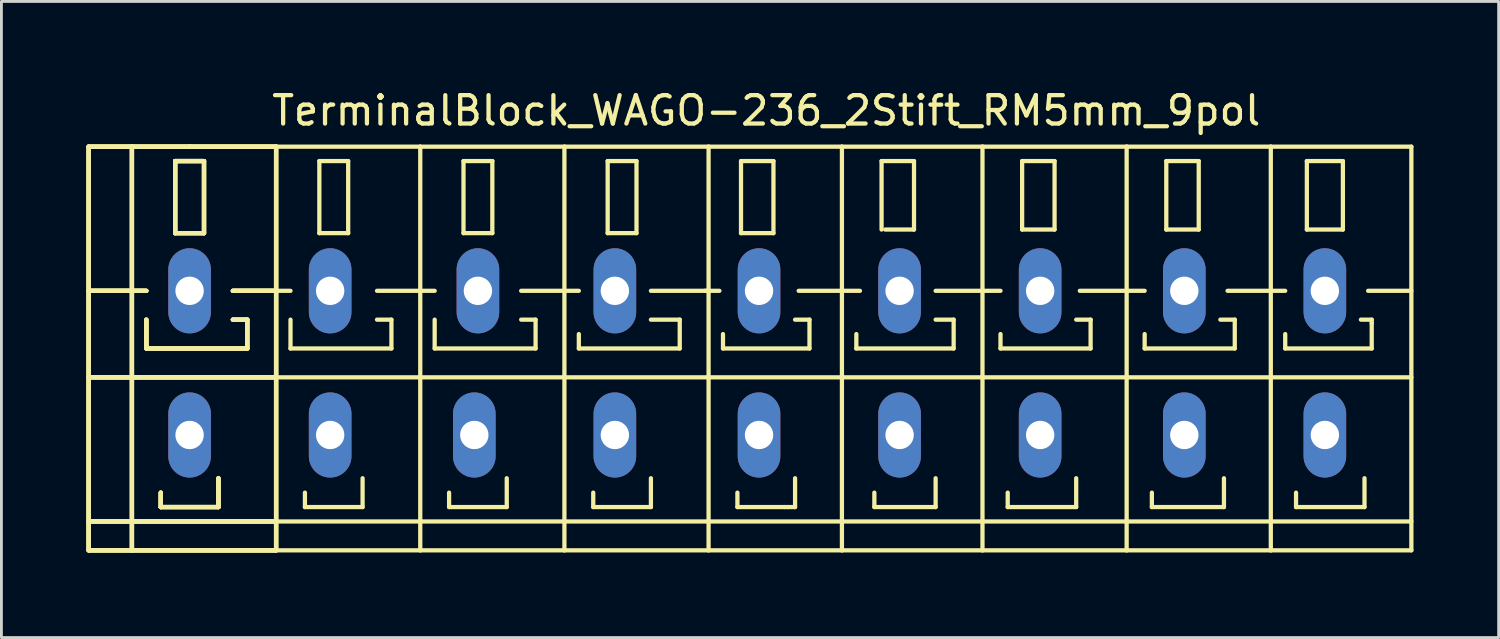
<source format=kicad_pcb>
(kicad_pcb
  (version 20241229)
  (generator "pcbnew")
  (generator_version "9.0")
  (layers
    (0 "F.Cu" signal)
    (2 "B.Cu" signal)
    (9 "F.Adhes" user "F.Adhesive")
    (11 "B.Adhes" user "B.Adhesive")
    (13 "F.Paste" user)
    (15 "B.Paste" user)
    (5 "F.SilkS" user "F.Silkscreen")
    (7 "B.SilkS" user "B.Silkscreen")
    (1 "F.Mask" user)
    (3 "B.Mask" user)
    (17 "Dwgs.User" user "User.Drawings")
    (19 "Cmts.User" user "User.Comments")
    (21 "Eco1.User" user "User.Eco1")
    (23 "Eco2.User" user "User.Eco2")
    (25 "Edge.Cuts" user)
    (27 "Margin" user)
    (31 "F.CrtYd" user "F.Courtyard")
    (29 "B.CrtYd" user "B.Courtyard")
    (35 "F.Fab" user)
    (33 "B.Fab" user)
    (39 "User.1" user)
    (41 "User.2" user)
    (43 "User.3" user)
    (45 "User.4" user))
  (footprint "TerminalBlock_WAGO-236_2Stift_RM5mm_9pol"
    (layer "F.Cu")
    (at 23.951 9.738)
    (property "Reference" "TerminalBlock_WAGO-236_2Stift_RM5mm_9pol" (at 0 -8.89 0) (layer "F.SilkS") (effects (font (size 1 1) (thickness 0.15))))
    (attr through_hole)
    (fp_line (start -23.876 -7.62) (end -22.352 -7.62) (stroke (width 0.15) (type solid)) (layer "F.SilkS"))
    (fp_line (start -23.876 -7.62) (end -22.352 -7.62) (stroke (width 0.15) (type solid)) (layer "F.SilkS"))
    (fp_line (start -23.876 -7.62) (end -22.352 -7.62) (stroke (width 0.15) (type solid)) (layer "F.SilkS"))
    (fp_line (start -23.876 -7.62) (end -22.352 -7.62) (stroke (width 0.15) (type solid)) (layer "F.SilkS"))
    (fp_line (start -23.876 -2.54) (end -21.844 -2.54) (stroke (width 0.15) (type solid)) (layer "F.SilkS"))
    (fp_line (start -23.876 -2.54) (end -21.844 -2.54) (stroke (width 0.15) (type solid)) (layer "F.SilkS"))
    (fp_line (start -23.876 -2.54) (end -21.844 -2.54) (stroke (width 0.15) (type solid)) (layer "F.SilkS"))
    (fp_line (start -23.876 -2.54) (end -21.844 -2.54) (stroke (width 0.15) (type solid)) (layer "F.SilkS"))
    (fp_line (start -23.876 0.508) (end -17.272 0.508) (stroke (width 0.15) (type solid)) (layer "F.SilkS"))
    (fp_line (start -23.876 0.508) (end -17.272 0.508) (stroke (width 0.15) (type solid)) (layer "F.SilkS"))
    (fp_line (start -23.876 0.508) (end -17.272 0.508) (stroke (width 0.15) (type solid)) (layer "F.SilkS"))
    (fp_line (start -23.876 0.508) (end -17.272 0.508) (stroke (width 0.15) (type solid)) (layer "F.SilkS"))
    (fp_line (start -23.876 5.588) (end -17.272 5.588) (stroke (width 0.15) (type solid)) (layer "F.SilkS"))
    (fp_line (start -23.876 5.588) (end -17.272 5.588) (stroke (width 0.15) (type solid)) (layer "F.SilkS"))
    (fp_line (start -23.876 5.588) (end -17.272 5.588) (stroke (width 0.15) (type solid)) (layer "F.SilkS"))
    (fp_line (start -23.876 5.588) (end -17.272 5.588) (stroke (width 0.15) (type solid)) (layer "F.SilkS"))
    (fp_line (start -23.876 6.604) (end -23.876 -7.62) (stroke (width 0.15) (type solid)) (layer "F.SilkS"))
    (fp_line (start -23.876 6.604) (end -23.876 -7.62) (stroke (width 0.15) (type solid)) (layer "F.SilkS"))
    (fp_line (start -23.876 6.604) (end -23.876 -7.62) (stroke (width 0.15) (type solid)) (layer "F.SilkS"))
    (fp_line (start -23.876 6.604) (end -23.876 -7.62) (stroke (width 0.15) (type solid)) (layer "F.SilkS"))
    (fp_line (start -22.352 -7.62) (end -20.32 -7.62) (stroke (width 0.15) (type solid)) (layer "F.SilkS"))
    (fp_line (start -22.352 -7.62) (end -20.32 -7.62) (stroke (width 0.15) (type solid)) (layer "F.SilkS"))
    (fp_line (start -22.352 -7.62) (end -20.32 -7.62) (stroke (width 0.15) (type solid)) (layer "F.SilkS"))
    (fp_line (start -22.352 -7.62) (end -20.32 -7.62) (stroke (width 0.15) (type solid)) (layer "F.SilkS"))
    (fp_line (start -22.352 6.604) (end -23.876 6.604) (stroke (width 0.15) (type solid)) (layer "F.SilkS"))
    (fp_line (start -22.352 6.604) (end -23.876 6.604) (stroke (width 0.15) (type solid)) (layer "F.SilkS"))
    (fp_line (start -22.352 6.604) (end -23.876 6.604) (stroke (width 0.15) (type solid)) (layer "F.SilkS"))
    (fp_line (start -22.352 6.604) (end -23.876 6.604) (stroke (width 0.15) (type solid)) (layer "F.SilkS"))
    (fp_line (start -22.352 6.604) (end -22.352 -7.62) (stroke (width 0.15) (type solid)) (layer "F.SilkS"))
    (fp_line (start -22.352 6.604) (end -22.352 -7.62) (stroke (width 0.15) (type solid)) (layer "F.SilkS"))
    (fp_line (start -22.352 6.604) (end -22.352 -7.62) (stroke (width 0.15) (type solid)) (layer "F.SilkS"))
    (fp_line (start -22.352 6.604) (end -22.352 -7.62) (stroke (width 0.15) (type solid)) (layer "F.SilkS"))
    (fp_line (start -21.844 -1.524) (end -21.844 -0.508) (stroke (width 0.15) (type solid)) (layer "F.SilkS"))
    (fp_line (start -21.844 -1.524) (end -21.844 -0.508) (stroke (width 0.15) (type solid)) (layer "F.SilkS"))
    (fp_line (start -21.844 -1.524) (end -21.844 -0.508) (stroke (width 0.15) (type solid)) (layer "F.SilkS"))
    (fp_line (start -21.844 -1.524) (end -21.844 -0.508) (stroke (width 0.15) (type solid)) (layer "F.SilkS"))
    (fp_line (start -21.844 -0.508) (end -18.288 -0.508) (stroke (width 0.15) (type solid)) (layer "F.SilkS"))
    (fp_line (start -21.844 -0.508) (end -18.288 -0.508) (stroke (width 0.15) (type solid)) (layer "F.SilkS"))
    (fp_line (start -21.844 -0.508) (end -18.288 -0.508) (stroke (width 0.15) (type solid)) (layer "F.SilkS"))
    (fp_line (start -21.844 -0.508) (end -18.288 -0.508) (stroke (width 0.15) (type solid)) (layer "F.SilkS"))
    (fp_line (start -21.336 4.572) (end -21.336 5.08) (stroke (width 0.15) (type solid)) (layer "F.SilkS"))
    (fp_line (start -21.336 4.572) (end -21.336 5.08) (stroke (width 0.15) (type solid)) (layer "F.SilkS"))
    (fp_line (start -21.336 4.572) (end -21.336 5.08) (stroke (width 0.15) (type solid)) (layer "F.SilkS"))
    (fp_line (start -21.336 4.572) (end -21.336 5.08) (stroke (width 0.15) (type solid)) (layer "F.SilkS"))
    (fp_line (start -21.336 5.08) (end -19.304 5.08) (stroke (width 0.15) (type solid)) (layer "F.SilkS"))
    (fp_line (start -21.336 5.08) (end -19.304 5.08) (stroke (width 0.15) (type solid)) (layer "F.SilkS"))
    (fp_line (start -21.336 5.08) (end -19.304 5.08) (stroke (width 0.15) (type solid)) (layer "F.SilkS"))
    (fp_line (start -21.336 5.08) (end -19.304 5.08) (stroke (width 0.15) (type solid)) (layer "F.SilkS"))
    (fp_line (start -20.828 -7.112) (end -19.812 -7.112) (stroke (width 0.15) (type solid)) (layer "F.SilkS"))
    (fp_line (start -20.828 -7.112) (end -19.812 -7.112) (stroke (width 0.15) (type solid)) (layer "F.SilkS"))
    (fp_line (start -20.828 -7.112) (end -19.812 -7.112) (stroke (width 0.15) (type solid)) (layer "F.SilkS"))
    (fp_line (start -20.828 -7.112) (end -19.812 -7.112) (stroke (width 0.15) (type solid)) (layer "F.SilkS"))
    (fp_line (start -20.828 -4.572) (end -20.828 -7.112) (stroke (width 0.15) (type solid)) (layer "F.SilkS"))
    (fp_line (start -20.828 -4.572) (end -20.828 -7.112) (stroke (width 0.15) (type solid)) (layer "F.SilkS"))
    (fp_line (start -20.828 -4.572) (end -20.828 -7.112) (stroke (width 0.15) (type solid)) (layer "F.SilkS"))
    (fp_line (start -20.828 -4.572) (end -20.828 -7.112) (stroke (width 0.15) (type solid)) (layer "F.SilkS"))
    (fp_line (start -20.32 -7.62) (end -17.272 -7.62) (stroke (width 0.15) (type solid)) (layer "F.SilkS"))
    (fp_line (start -20.32 -7.62) (end -17.272 -7.62) (stroke (width 0.15) (type solid)) (layer "F.SilkS"))
    (fp_line (start -20.32 -7.62) (end -17.272 -7.62) (stroke (width 0.15) (type solid)) (layer "F.SilkS"))
    (fp_line (start -20.32 -7.62) (end -17.272 -7.62) (stroke (width 0.15) (type solid)) (layer "F.SilkS"))
    (fp_line (start -19.812 -7.112) (end -19.812 -4.572) (stroke (width 0.15) (type solid)) (layer "F.SilkS"))
    (fp_line (start -19.812 -7.112) (end -19.812 -4.572) (stroke (width 0.15) (type solid)) (layer "F.SilkS"))
    (fp_line (start -19.812 -7.112) (end -19.812 -4.572) (stroke (width 0.15) (type solid)) (layer "F.SilkS"))
    (fp_line (start -19.812 -7.112) (end -19.812 -4.572) (stroke (width 0.15) (type solid)) (layer "F.SilkS"))
    (fp_line (start -19.812 -4.572) (end -20.828 -4.572) (stroke (width 0.15) (type solid)) (layer "F.SilkS"))
    (fp_line (start -19.812 -4.572) (end -20.828 -4.572) (stroke (width 0.15) (type solid)) (layer "F.SilkS"))
    (fp_line (start -19.812 -4.572) (end -20.828 -4.572) (stroke (width 0.15) (type solid)) (layer "F.SilkS"))
    (fp_line (start -19.812 -4.572) (end -20.828 -4.572) (stroke (width 0.15) (type solid)) (layer "F.SilkS"))
    (fp_line (start -19.304 5.08) (end -19.304 4.064) (stroke (width 0.15) (type solid)) (layer "F.SilkS"))
    (fp_line (start -19.304 5.08) (end -19.304 4.064) (stroke (width 0.15) (type solid)) (layer "F.SilkS"))
    (fp_line (start -19.304 5.08) (end -19.304 4.064) (stroke (width 0.15) (type solid)) (layer "F.SilkS"))
    (fp_line (start -19.304 5.08) (end -19.304 4.064) (stroke (width 0.15) (type solid)) (layer "F.SilkS"))
    (fp_line (start -18.796 -2.54) (end -17.272 -2.54) (stroke (width 0.15) (type solid)) (layer "F.SilkS"))
    (fp_line (start -18.796 -2.54) (end -17.272 -2.54) (stroke (width 0.15) (type solid)) (layer "F.SilkS"))
    (fp_line (start -18.796 -2.54) (end -17.272 -2.54) (stroke (width 0.15) (type solid)) (layer "F.SilkS"))
    (fp_line (start -18.796 -2.54) (end -17.272 -2.54) (stroke (width 0.15) (type solid)) (layer "F.SilkS"))
    (fp_line (start -18.288 -1.524) (end -18.796 -1.524) (stroke (width 0.15) (type solid)) (layer "F.SilkS"))
    (fp_line (start -18.288 -1.524) (end -18.796 -1.524) (stroke (width 0.15) (type solid)) (layer "F.SilkS"))
    (fp_line (start -18.288 -1.524) (end -18.796 -1.524) (stroke (width 0.15) (type solid)) (layer "F.SilkS"))
    (fp_line (start -18.288 -1.524) (end -18.796 -1.524) (stroke (width 0.15) (type solid)) (layer "F.SilkS"))
    (fp_line (start -18.288 -0.508) (end -18.288 -1.524) (stroke (width 0.15) (type solid)) (layer "F.SilkS"))
    (fp_line (start -18.288 -0.508) (end -18.288 -1.524) (stroke (width 0.15) (type solid)) (layer "F.SilkS"))
    (fp_line (start -18.288 -0.508) (end -18.288 -1.524) (stroke (width 0.15) (type solid)) (layer "F.SilkS"))
    (fp_line (start -18.288 -0.508) (end -18.288 -1.524) (stroke (width 0.15) (type solid)) (layer "F.SilkS"))
    (fp_line (start -17.272 -7.62) (end -17.272 6.604) (stroke (width 0.15) (type solid)) (layer "F.SilkS"))
    (fp_line (start -17.272 -7.62) (end -17.272 6.604) (stroke (width 0.15) (type solid)) (layer "F.SilkS"))
    (fp_line (start -17.272 -7.62) (end -17.272 6.604) (stroke (width 0.15) (type solid)) (layer "F.SilkS"))
    (fp_line (start -17.272 -7.62) (end -17.272 6.604) (stroke (width 0.15) (type solid)) (layer "F.SilkS"))
    (fp_line (start -17.272 -2.54) (end -16.764 -2.54) (stroke (width 0.15) (type solid)) (layer "F.SilkS"))
    (fp_line (start -17.272 0.508) (end -12.192 0.508) (stroke (width 0.15) (type solid)) (layer "F.SilkS"))
    (fp_line (start -17.272 5.588) (end -12.192 5.588) (stroke (width 0.15) (type solid)) (layer "F.SilkS"))
    (fp_line (start -17.272 6.604) (end -22.352 6.604) (stroke (width 0.15) (type solid)) (layer "F.SilkS"))
    (fp_line (start -17.272 6.604) (end -22.352 6.604) (stroke (width 0.15) (type solid)) (layer "F.SilkS"))
    (fp_line (start -17.272 6.604) (end -22.352 6.604) (stroke (width 0.15) (type solid)) (layer "F.SilkS"))
    (fp_line (start -17.272 6.604) (end -22.352 6.604) (stroke (width 0.15) (type solid)) (layer "F.SilkS"))
    (fp_line (start -17.272 6.604) (end -12.192 6.604) (stroke (width 0.15) (type solid)) (layer "F.SilkS"))
    (fp_line (start -16.764 -1.524) (end -16.764 -0.508) (stroke (width 0.15) (type solid)) (layer "F.SilkS"))
    (fp_line (start -16.764 -0.508) (end -13.208 -0.508) (stroke (width 0.15) (type solid)) (layer "F.SilkS"))
    (fp_line (start -16.256 4.572) (end -16.256 5.08) (stroke (width 0.15) (type solid)) (layer "F.SilkS"))
    (fp_line (start -16.256 5.08) (end -14.224 5.08) (stroke (width 0.15) (type solid)) (layer "F.SilkS"))
    (fp_line (start -15.748 -7.112) (end -15.748 -4.572) (stroke (width 0.15) (type solid)) (layer "F.SilkS"))
    (fp_line (start -15.748 -4.572) (end -14.732 -4.572) (stroke (width 0.15) (type solid)) (layer "F.SilkS"))
    (fp_line (start -14.732 -7.112) (end -15.748 -7.112) (stroke (width 0.15) (type solid)) (layer "F.SilkS"))
    (fp_line (start -14.732 -4.572) (end -14.732 -7.112) (stroke (width 0.15) (type solid)) (layer "F.SilkS"))
    (fp_line (start -14.224 5.08) (end -14.224 4.064) (stroke (width 0.15) (type solid)) (layer "F.SilkS"))
    (fp_line (start -13.716 -2.54) (end -12.192 -2.54) (stroke (width 0.15) (type solid)) (layer "F.SilkS"))
    (fp_line (start -13.208 -1.524) (end -13.716 -1.524) (stroke (width 0.15) (type solid)) (layer "F.SilkS"))
    (fp_line (start -13.208 -0.508) (end -13.208 -1.524) (stroke (width 0.15) (type solid)) (layer "F.SilkS"))
    (fp_line (start -12.192 -7.62) (end -17.272 -7.62) (stroke (width 0.15) (type solid)) (layer "F.SilkS"))
    (fp_line (start -12.192 -2.54) (end -11.684 -2.54) (stroke (width 0.15) (type solid)) (layer "F.SilkS"))
    (fp_line (start -12.192 0.508) (end -7.112 0.508) (stroke (width 0.15) (type solid)) (layer "F.SilkS"))
    (fp_line (start -12.192 5.588) (end -7.112 5.588) (stroke (width 0.15) (type solid)) (layer "F.SilkS"))
    (fp_line (start -12.192 6.604) (end -12.192 -7.62) (stroke (width 0.15) (type solid)) (layer "F.SilkS"))
    (fp_line (start -12.192 6.604) (end -7.112 6.604) (stroke (width 0.15) (type solid)) (layer "F.SilkS"))
    (fp_line (start -11.684 -1.524) (end -11.684 -0.508) (stroke (width 0.15) (type solid)) (layer "F.SilkS"))
    (fp_line (start -11.684 -0.508) (end -8.128 -0.508) (stroke (width 0.15) (type solid)) (layer "F.SilkS"))
    (fp_line (start -11.176 4.572) (end -11.176 5.08) (stroke (width 0.15) (type solid)) (layer "F.SilkS"))
    (fp_line (start -11.176 5.08) (end -9.144 5.08) (stroke (width 0.15) (type solid)) (layer "F.SilkS"))
    (fp_line (start -10.668 -7.112) (end -10.668 -4.572) (stroke (width 0.15) (type solid)) (layer "F.SilkS"))
    (fp_line (start -10.668 -4.572) (end -9.652 -4.572) (stroke (width 0.15) (type solid)) (layer "F.SilkS"))
    (fp_line (start -9.652 -7.112) (end -10.668 -7.112) (stroke (width 0.15) (type solid)) (layer "F.SilkS"))
    (fp_line (start -9.652 -4.572) (end -9.652 -7.112) (stroke (width 0.15) (type solid)) (layer "F.SilkS"))
    (fp_line (start -9.144 5.08) (end -9.144 4.064) (stroke (width 0.15) (type solid)) (layer "F.SilkS"))
    (fp_line (start -8.636 -2.54) (end -7.112 -2.54) (stroke (width 0.15) (type solid)) (layer "F.SilkS"))
    (fp_line (start -8.128 -1.524) (end -8.636 -1.524) (stroke (width 0.15) (type solid)) (layer "F.SilkS"))
    (fp_line (start -8.128 -0.508) (end -8.128 -1.524) (stroke (width 0.15) (type solid)) (layer "F.SilkS"))
    (fp_line (start -7.112 -7.62) (end -12.192 -7.62) (stroke (width 0.15) (type solid)) (layer "F.SilkS"))
    (fp_line (start -7.112 -2.54) (end -6.604 -2.54) (stroke (width 0.15) (type solid)) (layer "F.SilkS"))
    (fp_line (start -7.112 0.508) (end -2.032 0.508) (stroke (width 0.15) (type solid)) (layer "F.SilkS"))
    (fp_line (start -7.112 5.588) (end -2.032 5.588) (stroke (width 0.15) (type solid)) (layer "F.SilkS"))
    (fp_line (start -7.112 6.604) (end -7.112 -7.62) (stroke (width 0.15) (type solid)) (layer "F.SilkS"))
    (fp_line (start -7.112 6.604) (end -2.032 6.604) (stroke (width 0.15) (type solid)) (layer "F.SilkS"))
    (fp_line (start -6.604 -1.016) (end -6.604 -0.508) (stroke (width 0.15) (type solid)) (layer "F.SilkS"))
    (fp_line (start -6.604 -0.508) (end -3.048 -0.508) (stroke (width 0.15) (type solid)) (layer "F.SilkS"))
    (fp_line (start -6.096 4.572) (end -6.096 5.08) (stroke (width 0.15) (type solid)) (layer "F.SilkS"))
    (fp_line (start -6.096 5.08) (end -4.064 5.08) (stroke (width 0.15) (type solid)) (layer "F.SilkS"))
    (fp_line (start -5.588 -7.112) (end -5.588 -4.572) (stroke (width 0.15) (type solid)) (layer "F.SilkS"))
    (fp_line (start -5.588 -4.572) (end -4.572 -4.572) (stroke (width 0.15) (type solid)) (layer "F.SilkS"))
    (fp_line (start -4.572 -7.112) (end -5.588 -7.112) (stroke (width 0.15) (type solid)) (layer "F.SilkS"))
    (fp_line (start -4.572 -4.572) (end -4.572 -7.112) (stroke (width 0.15) (type solid)) (layer "F.SilkS"))
    (fp_line (start -4.064 -2.54) (end -2.032 -2.54) (stroke (width 0.15) (type solid)) (layer "F.SilkS"))
    (fp_line (start -4.064 5.08) (end -4.064 4.064) (stroke (width 0.15) (type solid)) (layer "F.SilkS"))
    (fp_line (start -3.048 -1.524) (end -4.064 -1.524) (stroke (width 0.15) (type solid)) (layer "F.SilkS"))
    (fp_line (start -3.048 -0.508) (end -3.048 -1.524) (stroke (width 0.15) (type solid)) (layer "F.SilkS"))
    (fp_line (start -2.159 -2.54) (end -1.651 -2.54) (stroke (width 0.15) (type solid)) (layer "F.SilkS"))
    (fp_line (start -2.032 -7.62) (end -7.112 -7.62) (stroke (width 0.15) (type solid)) (layer "F.SilkS"))
    (fp_line (start -2.032 0.508) (end 2.667 0.508) (stroke (width 0.15) (type solid)) (layer "F.SilkS"))
    (fp_line (start -2.032 5.588) (end 2.667 5.588) (stroke (width 0.15) (type solid)) (layer "F.SilkS"))
    (fp_line (start -2.032 6.604) (end -2.032 -7.62) (stroke (width 0.15) (type solid)) (layer "F.SilkS"))
    (fp_line (start -2.032 6.604) (end 2.667 6.604) (stroke (width 0.15) (type solid)) (layer "F.SilkS"))
    (fp_line (start -1.524 -1.016) (end -1.524 -0.508) (stroke (width 0.15) (type solid)) (layer "F.SilkS"))
    (fp_line (start -1.524 -0.508) (end 1.524 -0.508) (stroke (width 0.15) (type solid)) (layer "F.SilkS"))
    (fp_line (start -1.016 4.572) (end -1.016 5.08) (stroke (width 0.15) (type solid)) (layer "F.SilkS"))
    (fp_line (start -1.016 5.08) (end 0.635 5.08) (stroke (width 0.15) (type solid)) (layer "F.SilkS"))
    (fp_line (start -0.889 -7.112) (end 0.254 -7.112) (stroke (width 0.15) (type solid)) (layer "F.SilkS"))
    (fp_line (start -0.889 -4.572) (end -0.889 -7.112) (stroke (width 0.15) (type solid)) (layer "F.SilkS"))
    (fp_line (start 0.254 -7.112) (end 0.254 -4.572) (stroke (width 0.15) (type solid)) (layer "F.SilkS"))
    (fp_line (start 0.254 -4.572) (end -0.889 -4.572) (stroke (width 0.15) (type solid)) (layer "F.SilkS"))
    (fp_line (start 0.635 5.08) (end 0.762 5.08) (stroke (width 0.15) (type solid)) (layer "F.SilkS"))
    (fp_line (start 0.762 5.08) (end 1.016 5.08) (stroke (width 0.15) (type solid)) (layer "F.SilkS"))
    (fp_line (start 1.016 5.08) (end 1.016 4.064) (stroke (width 0.15) (type solid)) (layer "F.SilkS"))
    (fp_line (start 1.143 -2.54) (end 2.667 -2.54) (stroke (width 0.15) (type solid)) (layer "F.SilkS"))
    (fp_line (start 1.524 -1.524) (end 1.016 -1.524) (stroke (width 0.15) (type solid)) (layer "F.SilkS"))
    (fp_line (start 1.524 -0.508) (end 1.524 -1.524) (stroke (width 0.15) (type solid)) (layer "F.SilkS"))
    (fp_line (start 2.667 -7.62) (end -2.032 -7.62) (stroke (width 0.15) (type solid)) (layer "F.SilkS"))
    (fp_line (start 2.667 -2.54) (end 3.302 -2.54) (stroke (width 0.15) (type solid)) (layer "F.SilkS"))
    (fp_line (start 2.667 0.508) (end 7.62 0.508) (stroke (width 0.15) (type solid)) (layer "F.SilkS"))
    (fp_line (start 2.667 5.588) (end 7.62 5.588) (stroke (width 0.15) (type solid)) (layer "F.SilkS"))
    (fp_line (start 2.667 6.604) (end 2.667 -7.62) (stroke (width 0.15) (type solid)) (layer "F.SilkS"))
    (fp_line (start 2.667 6.604) (end 7.62 6.604) (stroke (width 0.15) (type solid)) (layer "F.SilkS"))
    (fp_line (start 3.175 -1.016) (end 3.175 -0.508) (stroke (width 0.15) (type solid)) (layer "F.SilkS"))
    (fp_line (start 3.175 -0.508) (end 6.604 -0.508) (stroke (width 0.15) (type solid)) (layer "F.SilkS"))
    (fp_line (start 3.81 4.572) (end 3.81 5.08) (stroke (width 0.15) (type solid)) (layer "F.SilkS"))
    (fp_line (start 3.81 5.08) (end 5.969 5.08) (stroke (width 0.15) (type solid)) (layer "F.SilkS"))
    (fp_line (start 4.064 -7.112) (end 4.064 -4.699) (stroke (width 0.15) (type solid)) (layer "F.SilkS"))
    (fp_line (start 4.191 -4.699) (end 5.207 -4.699) (stroke (width 0.15) (type solid)) (layer "F.SilkS"))
    (fp_line (start 5.207 -7.112) (end 4.064 -7.112) (stroke (width 0.15) (type solid)) (layer "F.SilkS"))
    (fp_line (start 5.207 -4.699) (end 5.207 -7.112) (stroke (width 0.15) (type solid)) (layer "F.SilkS"))
    (fp_line (start 5.969 -2.54) (end 7.62 -2.54) (stroke (width 0.15) (type solid)) (layer "F.SilkS"))
    (fp_line (start 5.969 5.08) (end 5.969 4.064) (stroke (width 0.15) (type solid)) (layer "F.SilkS"))
    (fp_line (start 6.604 -1.524) (end 5.969 -1.524) (stroke (width 0.15) (type solid)) (layer "F.SilkS"))
    (fp_line (start 6.604 -0.508) (end 6.604 -1.524) (stroke (width 0.15) (type solid)) (layer "F.SilkS"))
    (fp_line (start 7.62 -7.62) (end 2.667 -7.62) (stroke (width 0.15) (type solid)) (layer "F.SilkS"))
    (fp_line (start 7.62 -2.54) (end 8.255 -2.54) (stroke (width 0.15) (type solid)) (layer "F.SilkS"))
    (fp_line (start 7.62 0.508) (end 12.7 0.508) (stroke (width 0.15) (type solid)) (layer "F.SilkS"))
    (fp_line (start 7.62 5.588) (end 12.7 5.588) (stroke (width 0.15) (type solid)) (layer "F.SilkS"))
    (fp_line (start 7.62 6.604) (end 7.62 -7.62) (stroke (width 0.15) (type solid)) (layer "F.SilkS"))
    (fp_line (start 7.62 6.604) (end 12.7 6.604) (stroke (width 0.15) (type solid)) (layer "F.SilkS"))
    (fp_line (start 8.255 -1.016) (end 8.255 -0.508) (stroke (width 0.15) (type solid)) (layer "F.SilkS"))
    (fp_line (start 8.255 -0.508) (end 11.43 -0.508) (stroke (width 0.15) (type solid)) (layer "F.SilkS"))
    (fp_line (start 8.509 4.572) (end 8.509 5.08) (stroke (width 0.15) (type solid)) (layer "F.SilkS"))
    (fp_line (start 8.509 5.08) (end 10.922 5.08) (stroke (width 0.15) (type solid)) (layer "F.SilkS"))
    (fp_line (start 9.017 -7.112) (end 9.017 -4.699) (stroke (width 0.15) (type solid)) (layer "F.SilkS"))
    (fp_line (start 9.017 -4.699) (end 10.16 -4.699) (stroke (width 0.15) (type solid)) (layer "F.SilkS"))
    (fp_line (start 10.16 -7.112) (end 9.017 -7.112) (stroke (width 0.15) (type solid)) (layer "F.SilkS"))
    (fp_line (start 10.16 -4.699) (end 10.16 -7.112) (stroke (width 0.15) (type solid)) (layer "F.SilkS"))
    (fp_line (start 10.922 5.08) (end 10.922 4.064) (stroke (width 0.15) (type solid)) (layer "F.SilkS"))
    (fp_line (start 11.049 -2.54) (end 12.7 -2.54) (stroke (width 0.15) (type solid)) (layer "F.SilkS"))
    (fp_line (start 11.43 -1.524) (end 10.922 -1.524) (stroke (width 0.15) (type solid)) (layer "F.SilkS"))
    (fp_line (start 11.43 -0.508) (end 11.43 -1.524) (stroke (width 0.15) (type solid)) (layer "F.SilkS"))
    (fp_line (start 12.7 -7.62) (end 7.62 -7.62) (stroke (width 0.15) (type solid)) (layer "F.SilkS"))
    (fp_line (start 12.7 -2.54) (end 13.335 -2.54) (stroke (width 0.15) (type solid)) (layer "F.SilkS"))
    (fp_line (start 12.7 0.508) (end 17.78 0.508) (stroke (width 0.15) (type solid)) (layer "F.SilkS"))
    (fp_line (start 12.7 5.588) (end 17.78 5.588) (stroke (width 0.15) (type solid)) (layer "F.SilkS"))
    (fp_line (start 12.7 6.604) (end 12.7 -7.62) (stroke (width 0.15) (type solid)) (layer "F.SilkS"))
    (fp_line (start 12.7 6.604) (end 17.78 6.604) (stroke (width 0.15) (type solid)) (layer "F.SilkS"))
    (fp_line (start 13.335 -1.016) (end 13.335 -0.508) (stroke (width 0.15) (type solid)) (layer "F.SilkS"))
    (fp_line (start 13.335 -0.508) (end 16.51 -0.508) (stroke (width 0.15) (type solid)) (layer "F.SilkS"))
    (fp_line (start 13.589 4.572) (end 13.589 5.08) (stroke (width 0.15) (type solid)) (layer "F.SilkS"))
    (fp_line (start 13.589 5.08) (end 16.129 5.08) (stroke (width 0.15) (type solid)) (layer "F.SilkS"))
    (fp_line (start 14.097 -7.112) (end 14.097 -4.699) (stroke (width 0.15) (type solid)) (layer "F.SilkS"))
    (fp_line (start 14.097 -4.699) (end 15.24 -4.699) (stroke (width 0.15) (type solid)) (layer "F.SilkS"))
    (fp_line (start 15.24 -7.112) (end 14.097 -7.112) (stroke (width 0.15) (type solid)) (layer "F.SilkS"))
    (fp_line (start 15.24 -4.699) (end 15.24 -7.112) (stroke (width 0.15) (type solid)) (layer "F.SilkS"))
    (fp_line (start 16.129 5.08) (end 16.129 4.064) (stroke (width 0.15) (type solid)) (layer "F.SilkS"))
    (fp_line (start 16.256 -2.54) (end 17.78 -2.54) (stroke (width 0.15) (type solid)) (layer "F.SilkS"))
    (fp_line (start 16.51 -1.524) (end 16.002 -1.524) (stroke (width 0.15) (type solid)) (layer "F.SilkS"))
    (fp_line (start 16.51 -0.508) (end 16.51 -1.524) (stroke (width 0.15) (type solid)) (layer "F.SilkS"))
    (fp_line (start 17.78 -7.62) (end 12.7 -7.62) (stroke (width 0.15) (type solid)) (layer "F.SilkS"))
    (fp_line (start 17.78 -2.54) (end 18.288 -2.54) (stroke (width 0.15) (type solid)) (layer "F.SilkS"))
    (fp_line (start 17.78 0.508) (end 22.733 0.508) (stroke (width 0.15) (type solid)) (layer "F.SilkS"))
    (fp_line (start 17.78 5.588) (end 22.733 5.588) (stroke (width 0.15) (type solid)) (layer "F.SilkS"))
    (fp_line (start 17.78 6.604) (end 17.78 -7.62) (stroke (width 0.15) (type solid)) (layer "F.SilkS"))
    (fp_line (start 17.78 6.604) (end 22.733 6.604) (stroke (width 0.15) (type solid)) (layer "F.SilkS"))
    (fp_line (start 18.288 -1.016) (end 18.288 -0.508) (stroke (width 0.15) (type solid)) (layer "F.SilkS"))
    (fp_line (start 18.288 -0.508) (end 21.336 -0.508) (stroke (width 0.15) (type solid)) (layer "F.SilkS"))
    (fp_line (start 18.669 4.572) (end 18.669 5.08) (stroke (width 0.15) (type solid)) (layer "F.SilkS"))
    (fp_line (start 18.669 5.08) (end 21.082 5.08) (stroke (width 0.15) (type solid)) (layer "F.SilkS"))
    (fp_line (start 19.05 -7.112) (end 19.05 -4.699) (stroke (width 0.15) (type solid)) (layer "F.SilkS"))
    (fp_line (start 19.05 -4.699) (end 20.32 -4.699) (stroke (width 0.15) (type solid)) (layer "F.SilkS"))
    (fp_line (start 20.32 -7.112) (end 19.05 -7.112) (stroke (width 0.15) (type solid)) (layer "F.SilkS"))
    (fp_line (start 20.32 -4.699) (end 20.32 -7.112) (stroke (width 0.15) (type solid)) (layer "F.SilkS"))
    (fp_line (start 21.082 5.08) (end 21.082 4.064) (stroke (width 0.15) (type solid)) (layer "F.SilkS"))
    (fp_line (start 21.209 -2.54) (end 22.733 -2.54) (stroke (width 0.15) (type solid)) (layer "F.SilkS"))
    (fp_line (start 21.336 -1.524) (end 20.955 -1.524) (stroke (width 0.15) (type solid)) (layer "F.SilkS"))
    (fp_line (start 21.336 -1.397) (end 21.336 -1.524) (stroke (width 0.15) (type solid)) (layer "F.SilkS"))
    (fp_line (start 21.336 -0.508) (end 21.336 -1.397) (stroke (width 0.15) (type solid)) (layer "F.SilkS"))
    (fp_line (start 22.733 -7.62) (end 17.78 -7.62) (stroke (width 0.15) (type solid)) (layer "F.SilkS"))
    (fp_line (start 22.733 6.604) (end 22.733 -7.62) (stroke (width 0.15) (type solid)) (layer "F.SilkS"))
    (pad "1" thru_hole oval (at -20.32 -2.54 90) (size 3 1.501) (drill 1.001) (layers "*.Cu" "*.Mask"))
    (pad "1" thru_hole oval (at -20.32 2.54 90) (size 3 1.501) (drill 1.001) (layers "*.Cu" "*.Mask"))
    (pad "2" thru_hole oval (at -15.367 -2.54 90) (size 3 1.501) (drill 1.001) (layers "*.Cu" "*.Mask"))
    (pad "2" thru_hole oval (at -15.367 2.54 90) (size 3 1.501) (drill 1.001) (layers "*.Cu" "*.Mask"))
    (pad "3" thru_hole oval (at -10.287 2.54 90) (size 3 1.501) (drill 1.001) (layers "*.Cu" "*.Mask"))
    (pad "3" thru_hole oval (at -10.16 -2.54 90) (size 3 1.501) (drill 1.001) (layers "*.Cu" "*.Mask"))
    (pad "4" thru_hole oval (at -5.334 -2.54 90) (size 3 1.501) (drill 1.001) (layers "*.Cu" "*.Mask"))
    (pad "4" thru_hole oval (at -5.334 2.54 90) (size 3 1.501) (drill 1.001) (layers "*.Cu" "*.Mask"))
    (pad "5" thru_hole oval (at -0.254 -2.54 90) (size 3 1.501) (drill 1.001) (layers "*.Cu" "*.Mask"))
    (pad "5" thru_hole oval (at -0.254 2.54 90) (size 3 1.501) (drill 1.001) (layers "*.Cu" "*.Mask"))
    (pad "6" thru_hole oval (at 4.699 -2.54 90) (size 3 1.501) (drill 1.001) (layers "*.Cu" "*.Mask"))
    (pad "6" thru_hole oval (at 4.699 2.54 90) (size 3 1.501) (drill 1.001) (layers "*.Cu" "*.Mask"))
    (pad "7" thru_hole oval (at 9.652 -2.54 90) (size 3 1.501) (drill 1.001) (layers "*.Cu" "*.Mask"))
    (pad "7" thru_hole oval (at 9.652 2.54 90) (size 3 1.501) (drill 1.001) (layers "*.Cu" "*.Mask"))
    (pad "8" thru_hole oval (at 14.732 -2.54 90) (size 3 1.501) (drill 1.001) (layers "*.Cu" "*.Mask"))
    (pad "8" thru_hole oval (at 14.732 2.54 90) (size 3 1.501) (drill 1.001) (layers "*.Cu" "*.Mask"))
    (pad "9" thru_hole oval (at 19.685 -2.54 90) (size 3 1.501) (drill 1.001) (layers "*.Cu" "*.Mask"))
    (pad "9" thru_hole oval (at 19.685 2.54 90) (size 3 1.501) (drill 1.001) (layers "*.Cu" "*.Mask")))
  (gr_rect
    (start -3 -3)
    (end 49.759 19.417)
    (stroke (width 0.1) (type default))
    (fill no)
    (layer "Edge.Cuts")))
</source>
